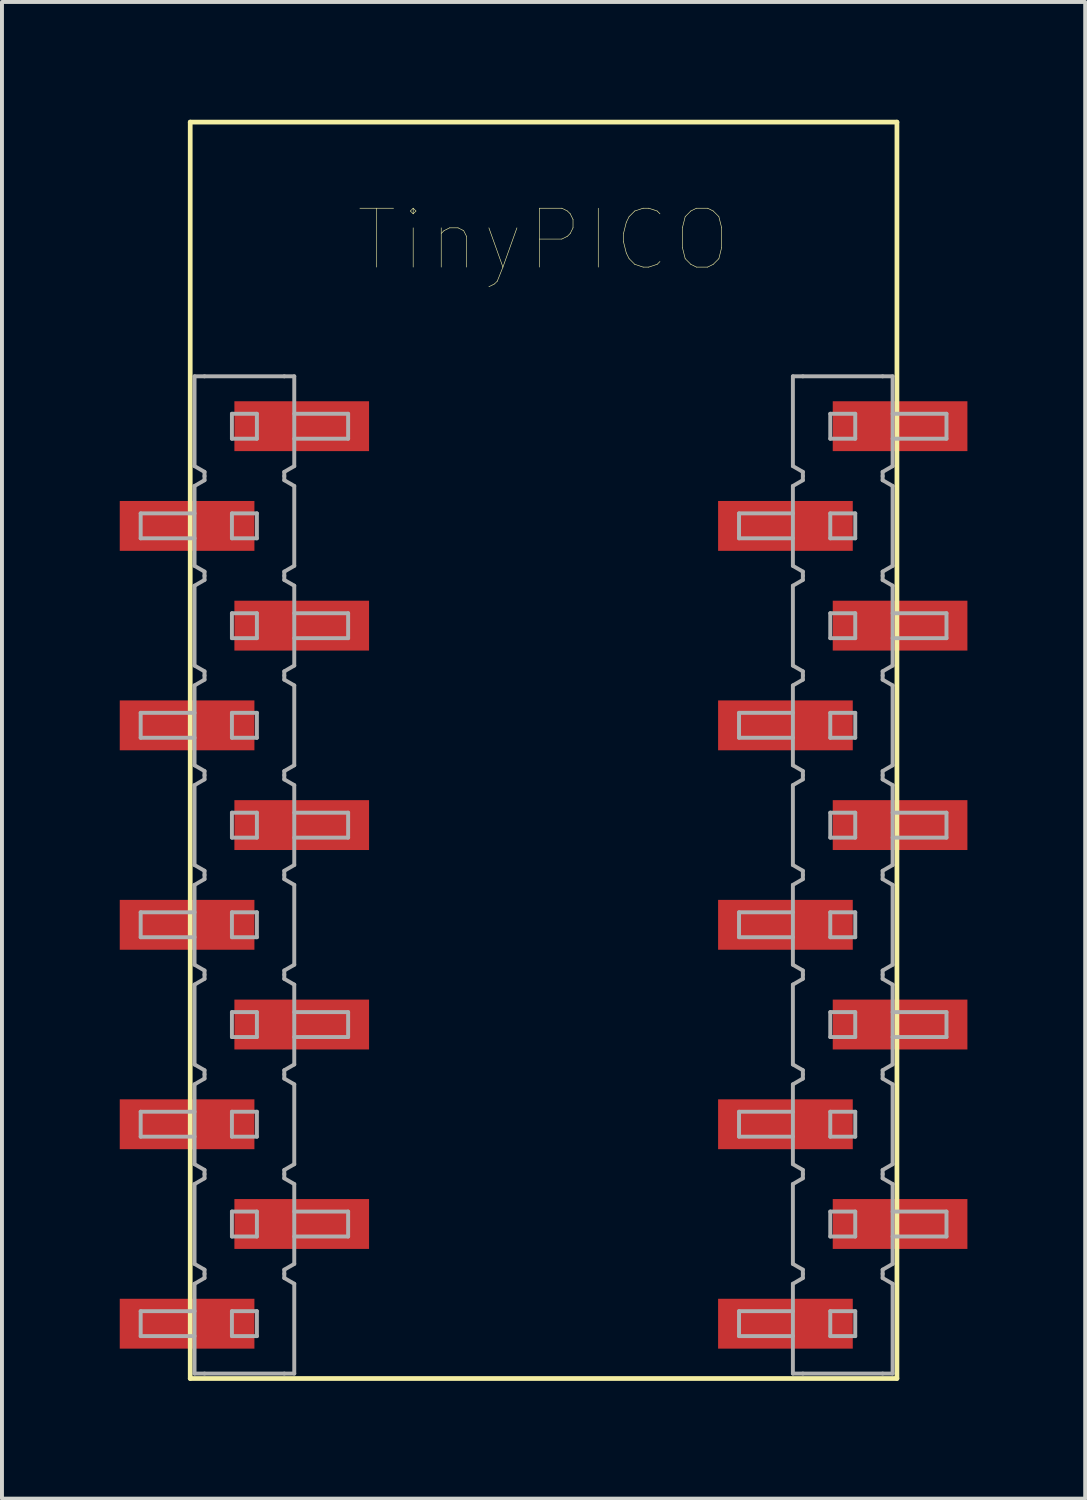
<source format=kicad_pcb>
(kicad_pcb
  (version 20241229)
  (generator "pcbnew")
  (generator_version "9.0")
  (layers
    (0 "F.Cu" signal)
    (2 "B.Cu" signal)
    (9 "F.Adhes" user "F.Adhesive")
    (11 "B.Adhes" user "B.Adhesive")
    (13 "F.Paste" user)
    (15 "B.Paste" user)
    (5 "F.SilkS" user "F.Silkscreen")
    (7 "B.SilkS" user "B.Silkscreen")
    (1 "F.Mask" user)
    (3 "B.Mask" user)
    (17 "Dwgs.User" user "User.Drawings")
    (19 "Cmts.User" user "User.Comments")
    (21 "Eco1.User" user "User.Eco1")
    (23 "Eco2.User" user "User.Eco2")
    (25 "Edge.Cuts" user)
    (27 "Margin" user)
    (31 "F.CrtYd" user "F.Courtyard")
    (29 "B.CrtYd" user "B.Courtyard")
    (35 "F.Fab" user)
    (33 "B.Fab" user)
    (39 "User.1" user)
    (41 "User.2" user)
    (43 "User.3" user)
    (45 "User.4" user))
  (footprint "TinyPICO"
    (layer "F.Cu")
    (at 10.795 16.06)
    (property "Reference" "TinyPICO" (at 0 -13 0) (layer "F.SilkS") (effects (font (size 1.5 1.5) (thickness 0.015))))
    (attr smd)
    (fp_line (start -9 -16) (end 9 -16) (stroke (width 0.12) (type solid)) (layer "F.SilkS"))
    (fp_line (start -9 16) (end -9 -16) (stroke (width 0.12) (type solid)) (layer "F.SilkS"))
    (fp_line (start 9 -16) (end 9 16) (stroke (width 0.12) (type solid)) (layer "F.SilkS"))
    (fp_line (start 9 16) (end -9 16) (stroke (width 0.12) (type solid)) (layer "F.SilkS"))
    (fp_line (start -10.262 -5.399) (end -10.262 -6.034) (stroke (width 0.1) (type solid)) (layer "F.Fab"))
    (fp_line (start -10.262 -0.319) (end -10.262 -0.954) (stroke (width 0.1) (type solid)) (layer "F.Fab"))
    (fp_line (start -10.262 4.761) (end -10.262 4.126) (stroke (width 0.1) (type solid)) (layer "F.Fab"))
    (fp_line (start -10.262 9.841) (end -10.262 9.206) (stroke (width 0.1) (type solid)) (layer "F.Fab"))
    (fp_line (start -10.262 14.921) (end -10.262 14.286) (stroke (width 0.1) (type solid)) (layer "F.Fab"))
    (fp_line (start -8.89 -9.525) (end -8.89 -7.238) (stroke (width 0.1) (type solid)) (layer "F.Fab"))
    (fp_line (start -8.89 -9.525) (end -8.636 -9.525) (stroke (width 0.1) (type solid)) (layer "F.Fab"))
    (fp_line (start -8.89 -6.732) (end -8.89 -4.698) (stroke (width 0.1) (type solid)) (layer "F.Fab"))
    (fp_line (start -8.89 -6.732) (end -8.636 -6.879) (stroke (width 0.1) (type solid)) (layer "F.Fab"))
    (fp_line (start -8.89 -6.034) (end -10.262 -6.034) (stroke (width 0.1) (type solid)) (layer "F.Fab"))
    (fp_line (start -8.89 -5.399) (end -10.262 -5.399) (stroke (width 0.1) (type solid)) (layer "F.Fab"))
    (fp_line (start -8.89 -4.192) (end -8.89 -2.158) (stroke (width 0.1) (type solid)) (layer "F.Fab"))
    (fp_line (start -8.89 -4.192) (end -8.636 -4.339) (stroke (width 0.1) (type solid)) (layer "F.Fab"))
    (fp_line (start -8.89 -1.652) (end -8.89 0.382) (stroke (width 0.1) (type solid)) (layer "F.Fab"))
    (fp_line (start -8.89 -1.652) (end -8.636 -1.799) (stroke (width 0.1) (type solid)) (layer "F.Fab"))
    (fp_line (start -8.89 -0.954) (end -10.262 -0.954) (stroke (width 0.1) (type solid)) (layer "F.Fab"))
    (fp_line (start -8.89 -0.319) (end -10.262 -0.319) (stroke (width 0.1) (type solid)) (layer "F.Fab"))
    (fp_line (start -8.89 0.888) (end -8.89 2.922) (stroke (width 0.1) (type solid)) (layer "F.Fab"))
    (fp_line (start -8.89 0.888) (end -8.636 0.741) (stroke (width 0.1) (type solid)) (layer "F.Fab"))
    (fp_line (start -8.89 3.428) (end -8.89 5.462) (stroke (width 0.1) (type solid)) (layer "F.Fab"))
    (fp_line (start -8.89 3.428) (end -8.636 3.281) (stroke (width 0.1) (type solid)) (layer "F.Fab"))
    (fp_line (start -8.89 4.126) (end -10.262 4.126) (stroke (width 0.1) (type solid)) (layer "F.Fab"))
    (fp_line (start -8.89 4.761) (end -10.262 4.761) (stroke (width 0.1) (type solid)) (layer "F.Fab"))
    (fp_line (start -8.89 5.968) (end -8.89 8.002) (stroke (width 0.1) (type solid)) (layer "F.Fab"))
    (fp_line (start -8.89 5.968) (end -8.636 5.821) (stroke (width 0.1) (type solid)) (layer "F.Fab"))
    (fp_line (start -8.89 8.508) (end -8.89 10.542) (stroke (width 0.1) (type solid)) (layer "F.Fab"))
    (fp_line (start -8.89 8.508) (end -8.636 8.361) (stroke (width 0.1) (type solid)) (layer "F.Fab"))
    (fp_line (start -8.89 9.206) (end -10.262 9.206) (stroke (width 0.1) (type solid)) (layer "F.Fab"))
    (fp_line (start -8.89 9.841) (end -10.262 9.841) (stroke (width 0.1) (type solid)) (layer "F.Fab"))
    (fp_line (start -8.89 11.048) (end -8.89 13.082) (stroke (width 0.1) (type solid)) (layer "F.Fab"))
    (fp_line (start -8.89 11.048) (end -8.636 10.901) (stroke (width 0.1) (type solid)) (layer "F.Fab"))
    (fp_line (start -8.89 13.588) (end -8.89 15.875) (stroke (width 0.1) (type solid)) (layer "F.Fab"))
    (fp_line (start -8.89 13.588) (end -8.636 13.441) (stroke (width 0.1) (type solid)) (layer "F.Fab"))
    (fp_line (start -8.89 14.286) (end -10.262 14.286) (stroke (width 0.1) (type solid)) (layer "F.Fab"))
    (fp_line (start -8.89 14.921) (end -10.262 14.921) (stroke (width 0.1) (type solid)) (layer "F.Fab"))
    (fp_line (start -8.636 -7.091) (end -8.89 -7.238) (stroke (width 0.1) (type solid)) (layer "F.Fab"))
    (fp_line (start -8.636 -6.985) (end -8.636 -7.091) (stroke (width 0.1) (type solid)) (layer "F.Fab"))
    (fp_line (start -8.636 -6.879) (end -8.636 -6.985) (stroke (width 0.1) (type solid)) (layer "F.Fab"))
    (fp_line (start -8.636 -4.551) (end -8.89 -4.698) (stroke (width 0.1) (type solid)) (layer "F.Fab"))
    (fp_line (start -8.636 -4.444) (end -8.636 -4.551) (stroke (width 0.1) (type solid)) (layer "F.Fab"))
    (fp_line (start -8.636 -4.339) (end -8.636 -4.446) (stroke (width 0.1) (type solid)) (layer "F.Fab"))
    (fp_line (start -8.636 -2.011) (end -8.89 -2.158) (stroke (width 0.1) (type solid)) (layer "F.Fab"))
    (fp_line (start -8.636 -1.905) (end -8.636 -2.011) (stroke (width 0.1) (type solid)) (layer "F.Fab"))
    (fp_line (start -8.636 -1.799) (end -8.636 -1.905) (stroke (width 0.1) (type solid)) (layer "F.Fab"))
    (fp_line (start -8.636 0.529) (end -8.89 0.382) (stroke (width 0.1) (type solid)) (layer "F.Fab"))
    (fp_line (start -8.636 0.636) (end -8.636 0.529) (stroke (width 0.1) (type solid)) (layer "F.Fab"))
    (fp_line (start -8.636 0.741) (end -8.636 0.634) (stroke (width 0.1) (type solid)) (layer "F.Fab"))
    (fp_line (start -8.636 3.069) (end -8.89 2.922) (stroke (width 0.1) (type solid)) (layer "F.Fab"))
    (fp_line (start -8.636 3.175) (end -8.636 3.069) (stroke (width 0.1) (type solid)) (layer "F.Fab"))
    (fp_line (start -8.636 3.281) (end -8.636 3.175) (stroke (width 0.1) (type solid)) (layer "F.Fab"))
    (fp_line (start -8.636 5.609) (end -8.89 5.462) (stroke (width 0.1) (type solid)) (layer "F.Fab"))
    (fp_line (start -8.636 5.716) (end -8.636 5.609) (stroke (width 0.1) (type solid)) (layer "F.Fab"))
    (fp_line (start -8.636 5.821) (end -8.636 5.714) (stroke (width 0.1) (type solid)) (layer "F.Fab"))
    (fp_line (start -8.636 8.149) (end -8.89 8.002) (stroke (width 0.1) (type solid)) (layer "F.Fab"))
    (fp_line (start -8.636 8.255) (end -8.636 8.149) (stroke (width 0.1) (type solid)) (layer "F.Fab"))
    (fp_line (start -8.636 8.361) (end -8.636 8.255) (stroke (width 0.1) (type solid)) (layer "F.Fab"))
    (fp_line (start -8.636 10.689) (end -8.89 10.542) (stroke (width 0.1) (type solid)) (layer "F.Fab"))
    (fp_line (start -8.636 10.796) (end -8.636 10.689) (stroke (width 0.1) (type solid)) (layer "F.Fab"))
    (fp_line (start -8.636 10.901) (end -8.636 10.794) (stroke (width 0.1) (type solid)) (layer "F.Fab"))
    (fp_line (start -8.636 13.229) (end -8.89 13.082) (stroke (width 0.1) (type solid)) (layer "F.Fab"))
    (fp_line (start -8.636 13.335) (end -8.636 13.229) (stroke (width 0.1) (type solid)) (layer "F.Fab"))
    (fp_line (start -8.636 13.441) (end -8.636 13.335) (stroke (width 0.1) (type solid)) (layer "F.Fab"))
    (fp_line (start -8.636 15.875) (end -8.89 15.875) (stroke (width 0.1) (type solid)) (layer "F.Fab"))
    (fp_line (start -8.636 15.875) (end -6.604 15.875) (stroke (width 0.1) (type solid)) (layer "F.Fab"))
    (fp_line (start -7.938 -8.571) (end -7.938 -7.936) (stroke (width 0.1) (type solid)) (layer "F.Fab"))
    (fp_line (start -7.938 -8.571) (end -7.302 -8.571) (stroke (width 0.1) (type solid)) (layer "F.Fab"))
    (fp_line (start -7.938 -6.034) (end -7.302 -6.034) (stroke (width 0.1) (type solid)) (layer "F.Fab"))
    (fp_line (start -7.938 -5.399) (end -7.938 -6.034) (stroke (width 0.1) (type solid)) (layer "F.Fab"))
    (fp_line (start -7.938 -3.491) (end -7.938 -2.856) (stroke (width 0.1) (type solid)) (layer "F.Fab"))
    (fp_line (start -7.938 -3.491) (end -7.302 -3.491) (stroke (width 0.1) (type solid)) (layer "F.Fab"))
    (fp_line (start -7.938 -0.954) (end -7.302 -0.954) (stroke (width 0.1) (type solid)) (layer "F.Fab"))
    (fp_line (start -7.938 -0.319) (end -7.938 -0.954) (stroke (width 0.1) (type solid)) (layer "F.Fab"))
    (fp_line (start -7.938 1.589) (end -7.938 2.224) (stroke (width 0.1) (type solid)) (layer "F.Fab"))
    (fp_line (start -7.938 1.589) (end -7.302 1.589) (stroke (width 0.1) (type solid)) (layer "F.Fab"))
    (fp_line (start -7.938 4.126) (end -7.302 4.126) (stroke (width 0.1) (type solid)) (layer "F.Fab"))
    (fp_line (start -7.938 4.761) (end -7.938 4.126) (stroke (width 0.1) (type solid)) (layer "F.Fab"))
    (fp_line (start -7.938 6.669) (end -7.938 7.304) (stroke (width 0.1) (type solid)) (layer "F.Fab"))
    (fp_line (start -7.938 6.669) (end -7.302 6.669) (stroke (width 0.1) (type solid)) (layer "F.Fab"))
    (fp_line (start -7.938 9.206) (end -7.302 9.206) (stroke (width 0.1) (type solid)) (layer "F.Fab"))
    (fp_line (start -7.938 9.841) (end -7.938 9.206) (stroke (width 0.1) (type solid)) (layer "F.Fab"))
    (fp_line (start -7.938 11.749) (end -7.938 12.384) (stroke (width 0.1) (type solid)) (layer "F.Fab"))
    (fp_line (start -7.938 11.749) (end -7.302 11.749) (stroke (width 0.1) (type solid)) (layer "F.Fab"))
    (fp_line (start -7.938 14.286) (end -7.302 14.286) (stroke (width 0.1) (type solid)) (layer "F.Fab"))
    (fp_line (start -7.938 14.921) (end -7.938 14.286) (stroke (width 0.1) (type solid)) (layer "F.Fab"))
    (fp_line (start -7.302 -8.571) (end -7.302 -7.936) (stroke (width 0.1) (type solid)) (layer "F.Fab"))
    (fp_line (start -7.302 -7.936) (end -7.938 -7.936) (stroke (width 0.1) (type solid)) (layer "F.Fab"))
    (fp_line (start -7.302 -5.399) (end -7.938 -5.399) (stroke (width 0.1) (type solid)) (layer "F.Fab"))
    (fp_line (start -7.302 -5.399) (end -7.302 -6.034) (stroke (width 0.1) (type solid)) (layer "F.Fab"))
    (fp_line (start -7.302 -3.491) (end -7.302 -2.856) (stroke (width 0.1) (type solid)) (layer "F.Fab"))
    (fp_line (start -7.302 -2.856) (end -7.938 -2.856) (stroke (width 0.1) (type solid)) (layer "F.Fab"))
    (fp_line (start -7.302 -0.319) (end -7.938 -0.319) (stroke (width 0.1) (type solid)) (layer "F.Fab"))
    (fp_line (start -7.302 -0.319) (end -7.302 -0.954) (stroke (width 0.1) (type solid)) (layer "F.Fab"))
    (fp_line (start -7.302 1.589) (end -7.302 2.224) (stroke (width 0.1) (type solid)) (layer "F.Fab"))
    (fp_line (start -7.302 2.224) (end -7.938 2.224) (stroke (width 0.1) (type solid)) (layer "F.Fab"))
    (fp_line (start -7.302 4.761) (end -7.938 4.761) (stroke (width 0.1) (type solid)) (layer "F.Fab"))
    (fp_line (start -7.302 4.761) (end -7.302 4.126) (stroke (width 0.1) (type solid)) (layer "F.Fab"))
    (fp_line (start -7.302 6.669) (end -7.302 7.304) (stroke (width 0.1) (type solid)) (layer "F.Fab"))
    (fp_line (start -7.302 7.304) (end -7.938 7.304) (stroke (width 0.1) (type solid)) (layer "F.Fab"))
    (fp_line (start -7.302 9.841) (end -7.938 9.841) (stroke (width 0.1) (type solid)) (layer "F.Fab"))
    (fp_line (start -7.302 9.841) (end -7.302 9.206) (stroke (width 0.1) (type solid)) (layer "F.Fab"))
    (fp_line (start -7.302 11.749) (end -7.302 12.384) (stroke (width 0.1) (type solid)) (layer "F.Fab"))
    (fp_line (start -7.302 12.384) (end -7.938 12.384) (stroke (width 0.1) (type solid)) (layer "F.Fab"))
    (fp_line (start -7.302 14.921) (end -7.938 14.921) (stroke (width 0.1) (type solid)) (layer "F.Fab"))
    (fp_line (start -7.302 14.921) (end -7.302 14.286) (stroke (width 0.1) (type solid)) (layer "F.Fab"))
    (fp_line (start -6.604 -9.525) (end -8.636 -9.525) (stroke (width 0.1) (type solid)) (layer "F.Fab"))
    (fp_line (start -6.604 -9.525) (end -6.35 -9.525) (stroke (width 0.1) (type solid)) (layer "F.Fab"))
    (fp_line (start -6.604 -7.091) (end -6.604 -6.985) (stroke (width 0.1) (type solid)) (layer "F.Fab"))
    (fp_line (start -6.604 -6.985) (end -6.604 -6.879) (stroke (width 0.1) (type solid)) (layer "F.Fab"))
    (fp_line (start -6.604 -6.879) (end -6.35 -6.732) (stroke (width 0.1) (type solid)) (layer "F.Fab"))
    (fp_line (start -6.604 -4.551) (end -6.604 -4.444) (stroke (width 0.1) (type solid)) (layer "F.Fab"))
    (fp_line (start -6.604 -4.446) (end -6.604 -4.339) (stroke (width 0.1) (type solid)) (layer "F.Fab"))
    (fp_line (start -6.604 -4.339) (end -6.35 -4.192) (stroke (width 0.1) (type solid)) (layer "F.Fab"))
    (fp_line (start -6.604 -2.011) (end -6.604 -1.905) (stroke (width 0.1) (type solid)) (layer "F.Fab"))
    (fp_line (start -6.604 -1.905) (end -6.604 -1.799) (stroke (width 0.1) (type solid)) (layer "F.Fab"))
    (fp_line (start -6.604 -1.799) (end -6.35 -1.652) (stroke (width 0.1) (type solid)) (layer "F.Fab"))
    (fp_line (start -6.604 0.529) (end -6.604 0.636) (stroke (width 0.1) (type solid)) (layer "F.Fab"))
    (fp_line (start -6.604 0.634) (end -6.604 0.741) (stroke (width 0.1) (type solid)) (layer "F.Fab"))
    (fp_line (start -6.604 0.741) (end -6.35 0.888) (stroke (width 0.1) (type solid)) (layer "F.Fab"))
    (fp_line (start -6.604 3.069) (end -6.604 3.175) (stroke (width 0.1) (type solid)) (layer "F.Fab"))
    (fp_line (start -6.604 3.175) (end -6.604 3.281) (stroke (width 0.1) (type solid)) (layer "F.Fab"))
    (fp_line (start -6.604 3.281) (end -6.35 3.428) (stroke (width 0.1) (type solid)) (layer "F.Fab"))
    (fp_line (start -6.604 5.609) (end -6.604 5.716) (stroke (width 0.1) (type solid)) (layer "F.Fab"))
    (fp_line (start -6.604 5.714) (end -6.604 5.821) (stroke (width 0.1) (type solid)) (layer "F.Fab"))
    (fp_line (start -6.604 5.821) (end -6.35 5.968) (stroke (width 0.1) (type solid)) (layer "F.Fab"))
    (fp_line (start -6.604 8.149) (end -6.604 8.255) (stroke (width 0.1) (type solid)) (layer "F.Fab"))
    (fp_line (start -6.604 8.255) (end -6.604 8.361) (stroke (width 0.1) (type solid)) (layer "F.Fab"))
    (fp_line (start -6.604 8.361) (end -6.35 8.508) (stroke (width 0.1) (type solid)) (layer "F.Fab"))
    (fp_line (start -6.604 10.689) (end -6.604 10.796) (stroke (width 0.1) (type solid)) (layer "F.Fab"))
    (fp_line (start -6.604 10.794) (end -6.604 10.901) (stroke (width 0.1) (type solid)) (layer "F.Fab"))
    (fp_line (start -6.604 10.901) (end -6.35 11.048) (stroke (width 0.1) (type solid)) (layer "F.Fab"))
    (fp_line (start -6.604 13.229) (end -6.604 13.335) (stroke (width 0.1) (type solid)) (layer "F.Fab"))
    (fp_line (start -6.604 13.335) (end -6.604 13.441) (stroke (width 0.1) (type solid)) (layer "F.Fab"))
    (fp_line (start -6.604 13.441) (end -6.35 13.588) (stroke (width 0.1) (type solid)) (layer "F.Fab"))
    (fp_line (start -6.35 -8.571) (end -4.978 -8.571) (stroke (width 0.1) (type solid)) (layer "F.Fab"))
    (fp_line (start -6.35 -7.936) (end -4.978 -7.936) (stroke (width 0.1) (type solid)) (layer "F.Fab"))
    (fp_line (start -6.35 -7.238) (end -6.604 -7.091) (stroke (width 0.1) (type solid)) (layer "F.Fab"))
    (fp_line (start -6.35 -7.238) (end -6.35 -9.525) (stroke (width 0.1) (type solid)) (layer "F.Fab"))
    (fp_line (start -6.35 -4.698) (end -6.604 -4.551) (stroke (width 0.1) (type solid)) (layer "F.Fab"))
    (fp_line (start -6.35 -4.698) (end -6.35 -6.732) (stroke (width 0.1) (type solid)) (layer "F.Fab"))
    (fp_line (start -6.35 -3.491) (end -4.978 -3.491) (stroke (width 0.1) (type solid)) (layer "F.Fab"))
    (fp_line (start -6.35 -2.856) (end -4.978 -2.856) (stroke (width 0.1) (type solid)) (layer "F.Fab"))
    (fp_line (start -6.35 -2.158) (end -6.604 -2.011) (stroke (width 0.1) (type solid)) (layer "F.Fab"))
    (fp_line (start -6.35 -2.158) (end -6.35 -4.192) (stroke (width 0.1) (type solid)) (layer "F.Fab"))
    (fp_line (start -6.35 0.382) (end -6.604 0.529) (stroke (width 0.1) (type solid)) (layer "F.Fab"))
    (fp_line (start -6.35 0.382) (end -6.35 -1.652) (stroke (width 0.1) (type solid)) (layer "F.Fab"))
    (fp_line (start -6.35 1.589) (end -4.978 1.589) (stroke (width 0.1) (type solid)) (layer "F.Fab"))
    (fp_line (start -6.35 2.224) (end -4.978 2.224) (stroke (width 0.1) (type solid)) (layer "F.Fab"))
    (fp_line (start -6.35 2.922) (end -6.604 3.069) (stroke (width 0.1) (type solid)) (layer "F.Fab"))
    (fp_line (start -6.35 2.922) (end -6.35 0.888) (stroke (width 0.1) (type solid)) (layer "F.Fab"))
    (fp_line (start -6.35 5.462) (end -6.604 5.609) (stroke (width 0.1) (type solid)) (layer "F.Fab"))
    (fp_line (start -6.35 5.462) (end -6.35 3.428) (stroke (width 0.1) (type solid)) (layer "F.Fab"))
    (fp_line (start -6.35 6.669) (end -4.978 6.669) (stroke (width 0.1) (type solid)) (layer "F.Fab"))
    (fp_line (start -6.35 7.304) (end -4.978 7.304) (stroke (width 0.1) (type solid)) (layer "F.Fab"))
    (fp_line (start -6.35 8.002) (end -6.604 8.149) (stroke (width 0.1) (type solid)) (layer "F.Fab"))
    (fp_line (start -6.35 8.002) (end -6.35 5.968) (stroke (width 0.1) (type solid)) (layer "F.Fab"))
    (fp_line (start -6.35 10.542) (end -6.604 10.689) (stroke (width 0.1) (type solid)) (layer "F.Fab"))
    (fp_line (start -6.35 10.542) (end -6.35 8.508) (stroke (width 0.1) (type solid)) (layer "F.Fab"))
    (fp_line (start -6.35 11.749) (end -4.978 11.749) (stroke (width 0.1) (type solid)) (layer "F.Fab"))
    (fp_line (start -6.35 12.384) (end -4.978 12.384) (stroke (width 0.1) (type solid)) (layer "F.Fab"))
    (fp_line (start -6.35 13.082) (end -6.604 13.229) (stroke (width 0.1) (type solid)) (layer "F.Fab"))
    (fp_line (start -6.35 13.082) (end -6.35 11.048) (stroke (width 0.1) (type solid)) (layer "F.Fab"))
    (fp_line (start -6.35 15.875) (end -6.604 15.875) (stroke (width 0.1) (type solid)) (layer "F.Fab"))
    (fp_line (start -6.35 15.875) (end -6.35 13.588) (stroke (width 0.1) (type solid)) (layer "F.Fab"))
    (fp_line (start -4.978 -8.571) (end -4.978 -7.936) (stroke (width 0.1) (type solid)) (layer "F.Fab"))
    (fp_line (start -4.978 -3.491) (end -4.978 -2.856) (stroke (width 0.1) (type solid)) (layer "F.Fab"))
    (fp_line (start -4.978 1.589) (end -4.978 2.224) (stroke (width 0.1) (type solid)) (layer "F.Fab"))
    (fp_line (start -4.978 6.669) (end -4.978 7.304) (stroke (width 0.1) (type solid)) (layer "F.Fab"))
    (fp_line (start -4.978 11.749) (end -4.978 12.384) (stroke (width 0.1) (type solid)) (layer "F.Fab"))
    (fp_line (start 4.978 -5.399) (end 4.978 -6.034) (stroke (width 0.1) (type solid)) (layer "F.Fab"))
    (fp_line (start 4.978 -0.319) (end 4.978 -0.954) (stroke (width 0.1) (type solid)) (layer "F.Fab"))
    (fp_line (start 4.978 4.761) (end 4.978 4.126) (stroke (width 0.1) (type solid)) (layer "F.Fab"))
    (fp_line (start 4.978 9.841) (end 4.978 9.206) (stroke (width 0.1) (type solid)) (layer "F.Fab"))
    (fp_line (start 4.978 14.921) (end 4.978 14.286) (stroke (width 0.1) (type solid)) (layer "F.Fab"))
    (fp_line (start 6.35 -9.525) (end 6.35 -7.238) (stroke (width 0.1) (type solid)) (layer "F.Fab"))
    (fp_line (start 6.35 -9.525) (end 6.604 -9.525) (stroke (width 0.1) (type solid)) (layer "F.Fab"))
    (fp_line (start 6.35 -6.732) (end 6.35 -4.698) (stroke (width 0.1) (type solid)) (layer "F.Fab"))
    (fp_line (start 6.35 -6.732) (end 6.604 -6.879) (stroke (width 0.1) (type solid)) (layer "F.Fab"))
    (fp_line (start 6.35 -6.034) (end 4.978 -6.034) (stroke (width 0.1) (type solid)) (layer "F.Fab"))
    (fp_line (start 6.35 -5.399) (end 4.978 -5.399) (stroke (width 0.1) (type solid)) (layer "F.Fab"))
    (fp_line (start 6.35 -4.192) (end 6.35 -2.158) (stroke (width 0.1) (type solid)) (layer "F.Fab"))
    (fp_line (start 6.35 -4.192) (end 6.604 -4.339) (stroke (width 0.1) (type solid)) (layer "F.Fab"))
    (fp_line (start 6.35 -1.652) (end 6.35 0.382) (stroke (width 0.1) (type solid)) (layer "F.Fab"))
    (fp_line (start 6.35 -1.652) (end 6.604 -1.799) (stroke (width 0.1) (type solid)) (layer "F.Fab"))
    (fp_line (start 6.35 -0.954) (end 4.978 -0.954) (stroke (width 0.1) (type solid)) (layer "F.Fab"))
    (fp_line (start 6.35 -0.319) (end 4.978 -0.319) (stroke (width 0.1) (type solid)) (layer "F.Fab"))
    (fp_line (start 6.35 0.888) (end 6.35 2.922) (stroke (width 0.1) (type solid)) (layer "F.Fab"))
    (fp_line (start 6.35 0.888) (end 6.604 0.741) (stroke (width 0.1) (type solid)) (layer "F.Fab"))
    (fp_line (start 6.35 3.428) (end 6.35 5.462) (stroke (width 0.1) (type solid)) (layer "F.Fab"))
    (fp_line (start 6.35 3.428) (end 6.604 3.281) (stroke (width 0.1) (type solid)) (layer "F.Fab"))
    (fp_line (start 6.35 4.126) (end 4.978 4.126) (stroke (width 0.1) (type solid)) (layer "F.Fab"))
    (fp_line (start 6.35 4.761) (end 4.978 4.761) (stroke (width 0.1) (type solid)) (layer "F.Fab"))
    (fp_line (start 6.35 5.968) (end 6.35 8.002) (stroke (width 0.1) (type solid)) (layer "F.Fab"))
    (fp_line (start 6.35 5.968) (end 6.604 5.821) (stroke (width 0.1) (type solid)) (layer "F.Fab"))
    (fp_line (start 6.35 8.508) (end 6.35 10.542) (stroke (width 0.1) (type solid)) (layer "F.Fab"))
    (fp_line (start 6.35 8.508) (end 6.604 8.361) (stroke (width 0.1) (type solid)) (layer "F.Fab"))
    (fp_line (start 6.35 9.206) (end 4.978 9.206) (stroke (width 0.1) (type solid)) (layer "F.Fab"))
    (fp_line (start 6.35 9.841) (end 4.978 9.841) (stroke (width 0.1) (type solid)) (layer "F.Fab"))
    (fp_line (start 6.35 11.048) (end 6.35 13.082) (stroke (width 0.1) (type solid)) (layer "F.Fab"))
    (fp_line (start 6.35 11.048) (end 6.604 10.901) (stroke (width 0.1) (type solid)) (layer "F.Fab"))
    (fp_line (start 6.35 13.588) (end 6.35 15.875) (stroke (width 0.1) (type solid)) (layer "F.Fab"))
    (fp_line (start 6.35 13.588) (end 6.604 13.441) (stroke (width 0.1) (type solid)) (layer "F.Fab"))
    (fp_line (start 6.35 14.286) (end 4.978 14.286) (stroke (width 0.1) (type solid)) (layer "F.Fab"))
    (fp_line (start 6.35 14.921) (end 4.978 14.921) (stroke (width 0.1) (type solid)) (layer "F.Fab"))
    (fp_line (start 6.604 -7.091) (end 6.35 -7.238) (stroke (width 0.1) (type solid)) (layer "F.Fab"))
    (fp_line (start 6.604 -6.985) (end 6.604 -7.091) (stroke (width 0.1) (type solid)) (layer "F.Fab"))
    (fp_line (start 6.604 -6.879) (end 6.604 -6.985) (stroke (width 0.1) (type solid)) (layer "F.Fab"))
    (fp_line (start 6.604 -4.551) (end 6.35 -4.698) (stroke (width 0.1) (type solid)) (layer "F.Fab"))
    (fp_line (start 6.604 -4.444) (end 6.604 -4.551) (stroke (width 0.1) (type solid)) (layer "F.Fab"))
    (fp_line (start 6.604 -4.339) (end 6.604 -4.446) (stroke (width 0.1) (type solid)) (layer "F.Fab"))
    (fp_line (start 6.604 -2.011) (end 6.35 -2.158) (stroke (width 0.1) (type solid)) (layer "F.Fab"))
    (fp_line (start 6.604 -1.905) (end 6.604 -2.011) (stroke (width 0.1) (type solid)) (layer "F.Fab"))
    (fp_line (start 6.604 -1.799) (end 6.604 -1.905) (stroke (width 0.1) (type solid)) (layer "F.Fab"))
    (fp_line (start 6.604 0.529) (end 6.35 0.382) (stroke (width 0.1) (type solid)) (layer "F.Fab"))
    (fp_line (start 6.604 0.636) (end 6.604 0.529) (stroke (width 0.1) (type solid)) (layer "F.Fab"))
    (fp_line (start 6.604 0.741) (end 6.604 0.634) (stroke (width 0.1) (type solid)) (layer "F.Fab"))
    (fp_line (start 6.604 3.069) (end 6.35 2.922) (stroke (width 0.1) (type solid)) (layer "F.Fab"))
    (fp_line (start 6.604 3.175) (end 6.604 3.069) (stroke (width 0.1) (type solid)) (layer "F.Fab"))
    (fp_line (start 6.604 3.281) (end 6.604 3.175) (stroke (width 0.1) (type solid)) (layer "F.Fab"))
    (fp_line (start 6.604 5.609) (end 6.35 5.462) (stroke (width 0.1) (type solid)) (layer "F.Fab"))
    (fp_line (start 6.604 5.716) (end 6.604 5.609) (stroke (width 0.1) (type solid)) (layer "F.Fab"))
    (fp_line (start 6.604 5.821) (end 6.604 5.714) (stroke (width 0.1) (type solid)) (layer "F.Fab"))
    (fp_line (start 6.604 8.149) (end 6.35 8.002) (stroke (width 0.1) (type solid)) (layer "F.Fab"))
    (fp_line (start 6.604 8.255) (end 6.604 8.149) (stroke (width 0.1) (type solid)) (layer "F.Fab"))
    (fp_line (start 6.604 8.361) (end 6.604 8.255) (stroke (width 0.1) (type solid)) (layer "F.Fab"))
    (fp_line (start 6.604 10.689) (end 6.35 10.542) (stroke (width 0.1) (type solid)) (layer "F.Fab"))
    (fp_line (start 6.604 10.796) (end 6.604 10.689) (stroke (width 0.1) (type solid)) (layer "F.Fab"))
    (fp_line (start 6.604 10.901) (end 6.604 10.794) (stroke (width 0.1) (type solid)) (layer "F.Fab"))
    (fp_line (start 6.604 13.229) (end 6.35 13.082) (stroke (width 0.1) (type solid)) (layer "F.Fab"))
    (fp_line (start 6.604 13.335) (end 6.604 13.229) (stroke (width 0.1) (type solid)) (layer "F.Fab"))
    (fp_line (start 6.604 13.441) (end 6.604 13.335) (stroke (width 0.1) (type solid)) (layer "F.Fab"))
    (fp_line (start 6.604 15.875) (end 6.35 15.875) (stroke (width 0.1) (type solid)) (layer "F.Fab"))
    (fp_line (start 6.604 15.875) (end 8.636 15.875) (stroke (width 0.1) (type solid)) (layer "F.Fab"))
    (fp_line (start 7.302 -8.571) (end 7.302 -7.936) (stroke (width 0.1) (type solid)) (layer "F.Fab"))
    (fp_line (start 7.302 -8.571) (end 7.938 -8.571) (stroke (width 0.1) (type solid)) (layer "F.Fab"))
    (fp_line (start 7.302 -6.034) (end 7.938 -6.034) (stroke (width 0.1) (type solid)) (layer "F.Fab"))
    (fp_line (start 7.302 -5.399) (end 7.302 -6.034) (stroke (width 0.1) (type solid)) (layer "F.Fab"))
    (fp_line (start 7.302 -3.491) (end 7.302 -2.856) (stroke (width 0.1) (type solid)) (layer "F.Fab"))
    (fp_line (start 7.302 -3.491) (end 7.938 -3.491) (stroke (width 0.1) (type solid)) (layer "F.Fab"))
    (fp_line (start 7.302 -0.954) (end 7.938 -0.954) (stroke (width 0.1) (type solid)) (layer "F.Fab"))
    (fp_line (start 7.302 -0.319) (end 7.302 -0.954) (stroke (width 0.1) (type solid)) (layer "F.Fab"))
    (fp_line (start 7.302 1.589) (end 7.302 2.224) (stroke (width 0.1) (type solid)) (layer "F.Fab"))
    (fp_line (start 7.302 1.589) (end 7.938 1.589) (stroke (width 0.1) (type solid)) (layer "F.Fab"))
    (fp_line (start 7.302 4.126) (end 7.938 4.126) (stroke (width 0.1) (type solid)) (layer "F.Fab"))
    (fp_line (start 7.302 4.761) (end 7.302 4.126) (stroke (width 0.1) (type solid)) (layer "F.Fab"))
    (fp_line (start 7.302 6.669) (end 7.302 7.304) (stroke (width 0.1) (type solid)) (layer "F.Fab"))
    (fp_line (start 7.302 6.669) (end 7.938 6.669) (stroke (width 0.1) (type solid)) (layer "F.Fab"))
    (fp_line (start 7.302 9.206) (end 7.938 9.206) (stroke (width 0.1) (type solid)) (layer "F.Fab"))
    (fp_line (start 7.302 9.841) (end 7.302 9.206) (stroke (width 0.1) (type solid)) (layer "F.Fab"))
    (fp_line (start 7.302 11.749) (end 7.302 12.384) (stroke (width 0.1) (type solid)) (layer "F.Fab"))
    (fp_line (start 7.302 11.749) (end 7.938 11.749) (stroke (width 0.1) (type solid)) (layer "F.Fab"))
    (fp_line (start 7.302 14.286) (end 7.938 14.286) (stroke (width 0.1) (type solid)) (layer "F.Fab"))
    (fp_line (start 7.302 14.921) (end 7.302 14.286) (stroke (width 0.1) (type solid)) (layer "F.Fab"))
    (fp_line (start 7.938 -8.571) (end 7.938 -7.936) (stroke (width 0.1) (type solid)) (layer "F.Fab"))
    (fp_line (start 7.938 -7.936) (end 7.302 -7.936) (stroke (width 0.1) (type solid)) (layer "F.Fab"))
    (fp_line (start 7.938 -5.399) (end 7.302 -5.399) (stroke (width 0.1) (type solid)) (layer "F.Fab"))
    (fp_line (start 7.938 -5.399) (end 7.938 -6.034) (stroke (width 0.1) (type solid)) (layer "F.Fab"))
    (fp_line (start 7.938 -3.491) (end 7.938 -2.856) (stroke (width 0.1) (type solid)) (layer "F.Fab"))
    (fp_line (start 7.938 -2.856) (end 7.302 -2.856) (stroke (width 0.1) (type solid)) (layer "F.Fab"))
    (fp_line (start 7.938 -0.319) (end 7.302 -0.319) (stroke (width 0.1) (type solid)) (layer "F.Fab"))
    (fp_line (start 7.938 -0.319) (end 7.938 -0.954) (stroke (width 0.1) (type solid)) (layer "F.Fab"))
    (fp_line (start 7.938 1.589) (end 7.938 2.224) (stroke (width 0.1) (type solid)) (layer "F.Fab"))
    (fp_line (start 7.938 2.224) (end 7.302 2.224) (stroke (width 0.1) (type solid)) (layer "F.Fab"))
    (fp_line (start 7.938 4.761) (end 7.302 4.761) (stroke (width 0.1) (type solid)) (layer "F.Fab"))
    (fp_line (start 7.938 4.761) (end 7.938 4.126) (stroke (width 0.1) (type solid)) (layer "F.Fab"))
    (fp_line (start 7.938 6.669) (end 7.938 7.304) (stroke (width 0.1) (type solid)) (layer "F.Fab"))
    (fp_line (start 7.938 7.304) (end 7.302 7.304) (stroke (width 0.1) (type solid)) (layer "F.Fab"))
    (fp_line (start 7.938 9.841) (end 7.302 9.841) (stroke (width 0.1) (type solid)) (layer "F.Fab"))
    (fp_line (start 7.938 9.841) (end 7.938 9.206) (stroke (width 0.1) (type solid)) (layer "F.Fab"))
    (fp_line (start 7.938 11.749) (end 7.938 12.384) (stroke (width 0.1) (type solid)) (layer "F.Fab"))
    (fp_line (start 7.938 12.384) (end 7.302 12.384) (stroke (width 0.1) (type solid)) (layer "F.Fab"))
    (fp_line (start 7.938 14.921) (end 7.302 14.921) (stroke (width 0.1) (type solid)) (layer "F.Fab"))
    (fp_line (start 7.938 14.921) (end 7.938 14.286) (stroke (width 0.1) (type solid)) (layer "F.Fab"))
    (fp_line (start 8.636 -9.525) (end 6.604 -9.525) (stroke (width 0.1) (type solid)) (layer "F.Fab"))
    (fp_line (start 8.636 -9.525) (end 8.89 -9.525) (stroke (width 0.1) (type solid)) (layer "F.Fab"))
    (fp_line (start 8.636 -7.091) (end 8.636 -6.985) (stroke (width 0.1) (type solid)) (layer "F.Fab"))
    (fp_line (start 8.636 -6.985) (end 8.636 -6.879) (stroke (width 0.1) (type solid)) (layer "F.Fab"))
    (fp_line (start 8.636 -6.879) (end 8.89 -6.732) (stroke (width 0.1) (type solid)) (layer "F.Fab"))
    (fp_line (start 8.636 -4.551) (end 8.636 -4.444) (stroke (width 0.1) (type solid)) (layer "F.Fab"))
    (fp_line (start 8.636 -4.446) (end 8.636 -4.339) (stroke (width 0.1) (type solid)) (layer "F.Fab"))
    (fp_line (start 8.636 -4.339) (end 8.89 -4.192) (stroke (width 0.1) (type solid)) (layer "F.Fab"))
    (fp_line (start 8.636 -2.011) (end 8.636 -1.905) (stroke (width 0.1) (type solid)) (layer "F.Fab"))
    (fp_line (start 8.636 -1.905) (end 8.636 -1.799) (stroke (width 0.1) (type solid)) (layer "F.Fab"))
    (fp_line (start 8.636 -1.799) (end 8.89 -1.652) (stroke (width 0.1) (type solid)) (layer "F.Fab"))
    (fp_line (start 8.636 0.529) (end 8.636 0.636) (stroke (width 0.1) (type solid)) (layer "F.Fab"))
    (fp_line (start 8.636 0.634) (end 8.636 0.741) (stroke (width 0.1) (type solid)) (layer "F.Fab"))
    (fp_line (start 8.636 0.741) (end 8.89 0.888) (stroke (width 0.1) (type solid)) (layer "F.Fab"))
    (fp_line (start 8.636 3.069) (end 8.636 3.175) (stroke (width 0.1) (type solid)) (layer "F.Fab"))
    (fp_line (start 8.636 3.175) (end 8.636 3.281) (stroke (width 0.1) (type solid)) (layer "F.Fab"))
    (fp_line (start 8.636 3.281) (end 8.89 3.428) (stroke (width 0.1) (type solid)) (layer "F.Fab"))
    (fp_line (start 8.636 5.609) (end 8.636 5.716) (stroke (width 0.1) (type solid)) (layer "F.Fab"))
    (fp_line (start 8.636 5.714) (end 8.636 5.821) (stroke (width 0.1) (type solid)) (layer "F.Fab"))
    (fp_line (start 8.636 5.821) (end 8.89 5.968) (stroke (width 0.1) (type solid)) (layer "F.Fab"))
    (fp_line (start 8.636 8.149) (end 8.636 8.255) (stroke (width 0.1) (type solid)) (layer "F.Fab"))
    (fp_line (start 8.636 8.255) (end 8.636 8.361) (stroke (width 0.1) (type solid)) (layer "F.Fab"))
    (fp_line (start 8.636 8.361) (end 8.89 8.508) (stroke (width 0.1) (type solid)) (layer "F.Fab"))
    (fp_line (start 8.636 10.689) (end 8.636 10.796) (stroke (width 0.1) (type solid)) (layer "F.Fab"))
    (fp_line (start 8.636 10.794) (end 8.636 10.901) (stroke (width 0.1) (type solid)) (layer "F.Fab"))
    (fp_line (start 8.636 10.901) (end 8.89 11.048) (stroke (width 0.1) (type solid)) (layer "F.Fab"))
    (fp_line (start 8.636 13.229) (end 8.636 13.335) (stroke (width 0.1) (type solid)) (layer "F.Fab"))
    (fp_line (start 8.636 13.335) (end 8.636 13.441) (stroke (width 0.1) (type solid)) (layer "F.Fab"))
    (fp_line (start 8.636 13.441) (end 8.89 13.588) (stroke (width 0.1) (type solid)) (layer "F.Fab"))
    (fp_line (start 8.89 -8.571) (end 10.262 -8.571) (stroke (width 0.1) (type solid)) (layer "F.Fab"))
    (fp_line (start 8.89 -7.936) (end 10.262 -7.936) (stroke (width 0.1) (type solid)) (layer "F.Fab"))
    (fp_line (start 8.89 -7.238) (end 8.636 -7.091) (stroke (width 0.1) (type solid)) (layer "F.Fab"))
    (fp_line (start 8.89 -7.238) (end 8.89 -9.525) (stroke (width 0.1) (type solid)) (layer "F.Fab"))
    (fp_line (start 8.89 -4.698) (end 8.636 -4.551) (stroke (width 0.1) (type solid)) (layer "F.Fab"))
    (fp_line (start 8.89 -4.698) (end 8.89 -6.732) (stroke (width 0.1) (type solid)) (layer "F.Fab"))
    (fp_line (start 8.89 -3.491) (end 10.262 -3.491) (stroke (width 0.1) (type solid)) (layer "F.Fab"))
    (fp_line (start 8.89 -2.856) (end 10.262 -2.856) (stroke (width 0.1) (type solid)) (layer "F.Fab"))
    (fp_line (start 8.89 -2.158) (end 8.636 -2.011) (stroke (width 0.1) (type solid)) (layer "F.Fab"))
    (fp_line (start 8.89 -2.158) (end 8.89 -4.192) (stroke (width 0.1) (type solid)) (layer "F.Fab"))
    (fp_line (start 8.89 0.382) (end 8.636 0.529) (stroke (width 0.1) (type solid)) (layer "F.Fab"))
    (fp_line (start 8.89 0.382) (end 8.89 -1.652) (stroke (width 0.1) (type solid)) (layer "F.Fab"))
    (fp_line (start 8.89 1.589) (end 10.262 1.589) (stroke (width 0.1) (type solid)) (layer "F.Fab"))
    (fp_line (start 8.89 2.224) (end 10.262 2.224) (stroke (width 0.1) (type solid)) (layer "F.Fab"))
    (fp_line (start 8.89 2.922) (end 8.636 3.069) (stroke (width 0.1) (type solid)) (layer "F.Fab"))
    (fp_line (start 8.89 2.922) (end 8.89 0.888) (stroke (width 0.1) (type solid)) (layer "F.Fab"))
    (fp_line (start 8.89 5.462) (end 8.636 5.609) (stroke (width 0.1) (type solid)) (layer "F.Fab"))
    (fp_line (start 8.89 5.462) (end 8.89 3.428) (stroke (width 0.1) (type solid)) (layer "F.Fab"))
    (fp_line (start 8.89 6.669) (end 10.262 6.669) (stroke (width 0.1) (type solid)) (layer "F.Fab"))
    (fp_line (start 8.89 7.304) (end 10.262 7.304) (stroke (width 0.1) (type solid)) (layer "F.Fab"))
    (fp_line (start 8.89 8.002) (end 8.636 8.149) (stroke (width 0.1) (type solid)) (layer "F.Fab"))
    (fp_line (start 8.89 8.002) (end 8.89 5.968) (stroke (width 0.1) (type solid)) (layer "F.Fab"))
    (fp_line (start 8.89 10.542) (end 8.636 10.689) (stroke (width 0.1) (type solid)) (layer "F.Fab"))
    (fp_line (start 8.89 10.542) (end 8.89 8.508) (stroke (width 0.1) (type solid)) (layer "F.Fab"))
    (fp_line (start 8.89 11.749) (end 10.262 11.749) (stroke (width 0.1) (type solid)) (layer "F.Fab"))
    (fp_line (start 8.89 12.384) (end 10.262 12.384) (stroke (width 0.1) (type solid)) (layer "F.Fab"))
    (fp_line (start 8.89 13.082) (end 8.636 13.229) (stroke (width 0.1) (type solid)) (layer "F.Fab"))
    (fp_line (start 8.89 13.082) (end 8.89 11.048) (stroke (width 0.1) (type solid)) (layer "F.Fab"))
    (fp_line (start 8.89 15.875) (end 8.636 15.875) (stroke (width 0.1) (type solid)) (layer "F.Fab"))
    (fp_line (start 8.89 15.875) (end 8.89 13.588) (stroke (width 0.1) (type solid)) (layer "F.Fab"))
    (fp_line (start 10.262 -8.571) (end 10.262 -7.936) (stroke (width 0.1) (type solid)) (layer "F.Fab"))
    (fp_line (start 10.262 -3.491) (end 10.262 -2.856) (stroke (width 0.1) (type solid)) (layer "F.Fab"))
    (fp_line (start 10.262 1.589) (end 10.262 2.224) (stroke (width 0.1) (type solid)) (layer "F.Fab"))
    (fp_line (start 10.262 6.669) (end 10.262 7.304) (stroke (width 0.1) (type solid)) (layer "F.Fab"))
    (fp_line (start 10.262 11.749) (end 10.262 12.384) (stroke (width 0.1) (type solid)) (layer "F.Fab"))
    (pad "1" smd rect (at -9.08 14.605 90) (size 1.27 3.43) (layers "F.Cu" "F.Paste"))
    (pad "2" smd rect (at -6.16 12.065 90) (size 1.27 3.43) (layers "F.Cu" "F.Paste"))
    (pad "3" smd rect (at -9.08 9.525 90) (size 1.27 3.43) (layers "F.Cu" "F.Paste"))
    (pad "4" smd rect (at -6.16 6.985 90) (size 1.27 3.43) (layers "F.Cu" "F.Paste"))
    (pad "5" smd rect (at -9.08 4.445 90) (size 1.27 3.43) (layers "F.Cu" "F.Paste"))
    (pad "6" smd rect (at -6.16 1.905 90) (size 1.27 3.43) (layers "F.Cu" "F.Paste"))
    (pad "7" smd rect (at -9.08 -0.635 90) (size 1.27 3.43) (layers "F.Cu" "F.Paste"))
    (pad "8" smd rect (at -6.16 -3.175 90) (size 1.27 3.43) (layers "F.Cu" "F.Paste"))
    (pad "9" smd rect (at -9.08 -5.715 90) (size 1.27 3.43) (layers "F.Cu" "F.Paste"))
    (pad "10" smd rect (at -6.16 -8.255 90) (size 1.27 3.43) (layers "F.Cu" "F.Paste"))
    (pad "11" smd rect (at 9.08 -8.255 90) (size 1.27 3.43) (layers "F.Cu" "F.Paste"))
    (pad "12" smd rect (at 6.16 -5.715 90) (size 1.27 3.43) (layers "F.Cu" "F.Paste"))
    (pad "13" smd rect (at 9.08 -3.175 90) (size 1.27 3.43) (layers "F.Cu" "F.Paste"))
    (pad "14" smd rect (at 6.16 -0.635 90) (size 1.27 3.43) (layers "F.Cu" "F.Paste"))
    (pad "15" smd rect (at 9.08 1.905 90) (size 1.27 3.43) (layers "F.Cu" "F.Paste"))
    (pad "16" smd rect (at 6.16 4.445 90) (size 1.27 3.43) (layers "F.Cu" "F.Paste"))
    (pad "17" smd rect (at 9.08 6.985 90) (size 1.27 3.43) (layers "F.Cu" "F.Paste"))
    (pad "18" smd rect (at 6.16 9.525 90) (size 1.27 3.43) (layers "F.Cu" "F.Paste"))
    (pad "19" smd rect (at 9.08 12.065 90) (size 1.27 3.43) (layers "F.Cu" "F.Paste"))
    (pad "20" smd rect (at 6.16 14.605 90) (size 1.27 3.43) (layers "F.Cu" "F.Paste")))
  (gr_rect
    (start -3 -3)
    (end 24.59 35.12)
    (stroke (width 0.1) (type default))
    (fill no)
    (layer "Edge.Cuts")))
</source>
